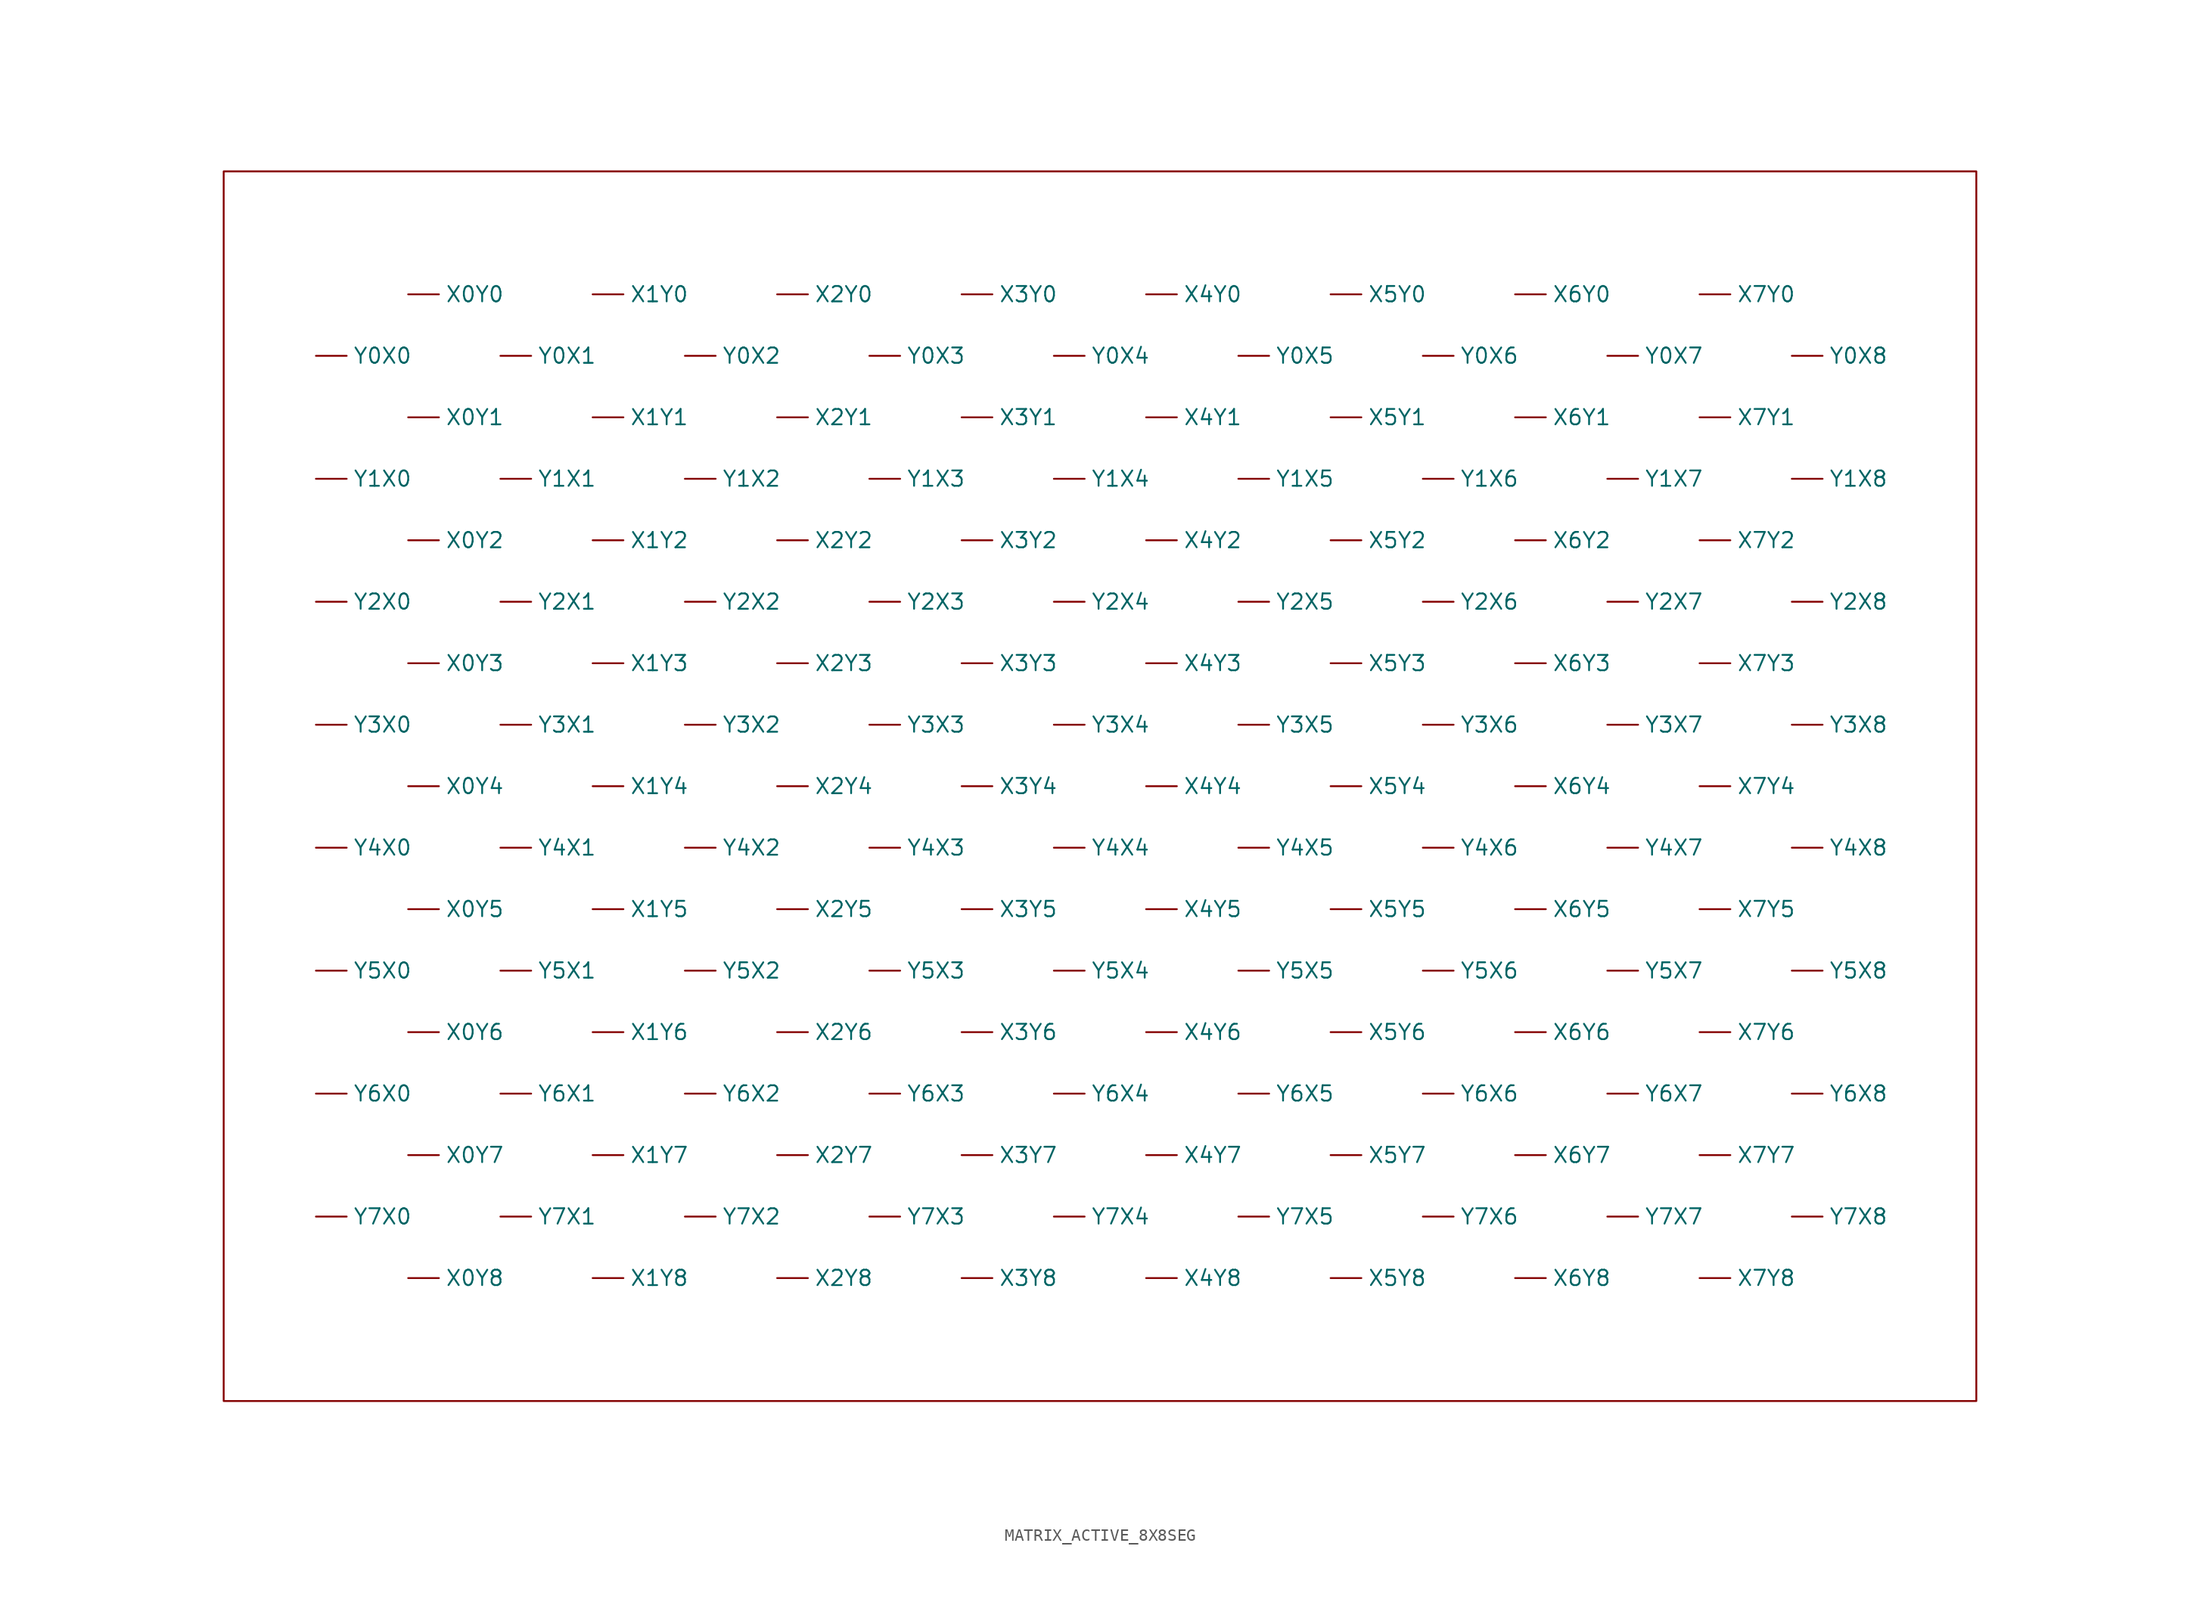
<source format=kicad_sym>
(kicad_symbol_lib
  (version 20220914)
  (generator kicad_symbol_editor)
  (symbol "MATRIX_ACTIVE_8X8SEG"
    (property "Reference" "CT"
      (at 53.34 48.26 0)
      (effects (font (size 1.27 1.27) bold) (justify left bottom) hide))
    (property "Value" ""
      (at -22.86 48.26 0)
      (effects (font (size 1.27 1.27) bold) (justify left bottom)))
    (symbol "MATRIX_ACTIVE_8X8SEG_0_1"
      (rectangle (start -66.04 50.8) (end 78.74 -50.8) (stroke (width 0) (type default)) (fill (type none))))
    (symbol "MATRIX_ACTIVE_8X8SEG_1_0"
      (pin passive line (at -50.8 40.64 0) (length 2.54) (name "X0Y0" (effects (font (size 1.27 1.27)))) (number "X0Y0" (effects (font (size 0 0)))))
      (pin passive line (at -50.8 30.48 0) (length 2.54) (name "X0Y1" (effects (font (size 1.27 1.27)))) (number "X0Y1" (effects (font (size 0 0)))))
      (pin passive line (at -50.8 20.32 0) (length 2.54) (name "X0Y2" (effects (font (size 1.27 1.27)))) (number "X0Y2" (effects (font (size 0 0)))))
      (pin passive line (at -50.8 10.16 0) (length 2.54) (name "X0Y3" (effects (font (size 1.27 1.27)))) (number "X0Y3" (effects (font (size 0 0)))))
      (pin passive line (at -50.8 0 0) (length 2.54) (name "X0Y4" (effects (font (size 1.27 1.27)))) (number "X0Y4" (effects (font (size 0 0)))))
      (pin passive line (at -50.8 -10.16 0) (length 2.54) (name "X0Y5" (effects (font (size 1.27 1.27)))) (number "X0Y5" (effects (font (size 0 0)))))
      (pin passive line (at -50.8 -20.32 0) (length 2.54) (name "X0Y6" (effects (font (size 1.27 1.27)))) (number "X0Y6" (effects (font (size 0 0)))))
      (pin passive line (at -50.8 -30.48 0) (length 2.54) (name "X0Y7" (effects (font (size 1.27 1.27)))) (number "X0Y7" (effects (font (size 0 0)))))
      (pin passive line (at -50.8 -40.64 0) (length 2.54) (name "X0Y8" (effects (font (size 1.27 1.27)))) (number "X0Y8" (effects (font (size 0 0)))))
      (pin passive line (at -35.56 40.64 0) (length 2.54) (name "X1Y0" (effects (font (size 1.27 1.27)))) (number "X1Y0" (effects (font (size 0 0)))))
      (pin passive line (at -35.56 30.48 0) (length 2.54) (name "X1Y1" (effects (font (size 1.27 1.27)))) (number "X1Y1" (effects (font (size 0 0)))))
      (pin passive line (at -35.56 20.32 0) (length 2.54) (name "X1Y2" (effects (font (size 1.27 1.27)))) (number "X1Y2" (effects (font (size 0 0)))))
      (pin passive line (at -35.56 10.16 0) (length 2.54) (name "X1Y3" (effects (font (size 1.27 1.27)))) (number "X1Y3" (effects (font (size 0 0)))))
      (pin passive line (at -35.56 0 0) (length 2.54) (name "X1Y4" (effects (font (size 1.27 1.27)))) (number "X1Y4" (effects (font (size 0 0)))))
      (pin passive line (at -35.56 -10.16 0) (length 2.54) (name "X1Y5" (effects (font (size 1.27 1.27)))) (number "X1Y5" (effects (font (size 0 0)))))
      (pin passive line (at -35.56 -20.32 0) (length 2.54) (name "X1Y6" (effects (font (size 1.27 1.27)))) (number "X1Y6" (effects (font (size 0 0)))))
      (pin passive line (at -35.56 -30.48 0) (length 2.54) (name "X1Y7" (effects (font (size 1.27 1.27)))) (number "X1Y7" (effects (font (size 0 0)))))
      (pin passive line (at -35.56 -40.64 0) (length 2.54) (name "X1Y8" (effects (font (size 1.27 1.27)))) (number "X1Y8" (effects (font (size 0 0)))))
      (pin passive line (at -20.32 40.64 0) (length 2.54) (name "X2Y0" (effects (font (size 1.27 1.27)))) (number "X2Y0" (effects (font (size 0 0)))))
      (pin passive line (at -20.32 30.48 0) (length 2.54) (name "X2Y1" (effects (font (size 1.27 1.27)))) (number "X2Y1" (effects (font (size 0 0)))))
      (pin passive line (at -20.32 20.32 0) (length 2.54) (name "X2Y2" (effects (font (size 1.27 1.27)))) (number "X2Y2" (effects (font (size 0 0)))))
      (pin passive line (at -20.32 10.16 0) (length 2.54) (name "X2Y3" (effects (font (size 1.27 1.27)))) (number "X2Y3" (effects (font (size 0 0)))))
      (pin passive line (at -20.32 0 0) (length 2.54) (name "X2Y4" (effects (font (size 1.27 1.27)))) (number "X2Y4" (effects (font (size 0 0)))))
      (pin passive line (at -20.32 -10.16 0) (length 2.54) (name "X2Y5" (effects (font (size 1.27 1.27)))) (number "X2Y5" (effects (font (size 0 0)))))
      (pin passive line (at -20.32 -20.32 0) (length 2.54) (name "X2Y6" (effects (font (size 1.27 1.27)))) (number "X2Y6" (effects (font (size 0 0)))))
      (pin passive line (at -20.32 -30.48 0) (length 2.54) (name "X2Y7" (effects (font (size 1.27 1.27)))) (number "X2Y7" (effects (font (size 0 0)))))
      (pin passive line (at -20.32 -40.64 0) (length 2.54) (name "X2Y8" (effects (font (size 1.27 1.27)))) (number "X2Y8" (effects (font (size 0 0)))))
      (pin passive line (at -5.08 40.64 0) (length 2.54) (name "X3Y0" (effects (font (size 1.27 1.27)))) (number "X3Y0" (effects (font (size 0 0)))))
      (pin passive line (at -5.08 30.48 0) (length 2.54) (name "X3Y1" (effects (font (size 1.27 1.27)))) (number "X3Y1" (effects (font (size 0 0)))))
      (pin passive line (at -5.08 20.32 0) (length 2.54) (name "X3Y2" (effects (font (size 1.27 1.27)))) (number "X3Y2" (effects (font (size 0 0)))))
      (pin passive line (at -5.08 10.16 0) (length 2.54) (name "X3Y3" (effects (font (size 1.27 1.27)))) (number "X3Y3" (effects (font (size 0 0)))))
      (pin passive line (at -5.08 0 0) (length 2.54) (name "X3Y4" (effects (font (size 1.27 1.27)))) (number "X3Y4" (effects (font (size 0 0)))))
      (pin passive line (at -5.08 -10.16 0) (length 2.54) (name "X3Y5" (effects (font (size 1.27 1.27)))) (number "X3Y5" (effects (font (size 0 0)))))
      (pin passive line (at -5.08 -20.32 0) (length 2.54) (name "X3Y6" (effects (font (size 1.27 1.27)))) (number "X3Y6" (effects (font (size 0 0)))))
      (pin passive line (at -5.08 -30.48 0) (length 2.54) (name "X3Y7" (effects (font (size 1.27 1.27)))) (number "X3Y7" (effects (font (size 0 0)))))
      (pin passive line (at -5.08 -40.64 0) (length 2.54) (name "X3Y8" (effects (font (size 1.27 1.27)))) (number "X3Y8" (effects (font (size 0 0)))))
      (pin passive line (at 10.16 40.64 0) (length 2.54) (name "X4Y0" (effects (font (size 1.27 1.27)))) (number "X4Y0" (effects (font (size 0 0)))))
      (pin passive line (at 10.16 30.48 0) (length 2.54) (name "X4Y1" (effects (font (size 1.27 1.27)))) (number "X4Y1" (effects (font (size 0 0)))))
      (pin passive line (at 10.16 20.32 0) (length 2.54) (name "X4Y2" (effects (font (size 1.27 1.27)))) (number "X4Y2" (effects (font (size 0 0)))))
      (pin passive line (at 10.16 10.16 0) (length 2.54) (name "X4Y3" (effects (font (size 1.27 1.27)))) (number "X4Y3" (effects (font (size 0 0)))))
      (pin passive line (at 10.16 0 0) (length 2.54) (name "X4Y4" (effects (font (size 1.27 1.27)))) (number "X4Y4" (effects (font (size 0 0)))))
      (pin passive line (at 10.16 -10.16 0) (length 2.54) (name "X4Y5" (effects (font (size 1.27 1.27)))) (number "X4Y5" (effects (font (size 0 0)))))
      (pin passive line (at 10.16 -20.32 0) (length 2.54) (name "X4Y6" (effects (font (size 1.27 1.27)))) (number "X4Y6" (effects (font (size 0 0)))))
      (pin passive line (at 10.16 -30.48 0) (length 2.54) (name "X4Y7" (effects (font (size 1.27 1.27)))) (number "X4Y7" (effects (font (size 0 0)))))
      (pin passive line (at 10.16 -40.64 0) (length 2.54) (name "X4Y8" (effects (font (size 1.27 1.27)))) (number "X4Y8" (effects (font (size 0 0)))))
      (pin passive line (at 25.4 40.64 0) (length 2.54) (name "X5Y0" (effects (font (size 1.27 1.27)))) (number "X5Y0" (effects (font (size 0 0)))))
      (pin passive line (at 25.4 30.48 0) (length 2.54) (name "X5Y1" (effects (font (size 1.27 1.27)))) (number "X5Y1" (effects (font (size 0 0)))))
      (pin passive line (at 25.4 20.32 0) (length 2.54) (name "X5Y2" (effects (font (size 1.27 1.27)))) (number "X5Y2" (effects (font (size 0 0)))))
      (pin passive line (at 25.4 10.16 0) (length 2.54) (name "X5Y3" (effects (font (size 1.27 1.27)))) (number "X5Y3" (effects (font (size 0 0)))))
      (pin passive line (at 25.4 0 0) (length 2.54) (name "X5Y4" (effects (font (size 1.27 1.27)))) (number "X5Y4" (effects (font (size 0 0)))))
      (pin passive line (at 25.4 -10.16 0) (length 2.54) (name "X5Y5" (effects (font (size 1.27 1.27)))) (number "X5Y5" (effects (font (size 0 0)))))
      (pin passive line (at 25.4 -20.32 0) (length 2.54) (name "X5Y6" (effects (font (size 1.27 1.27)))) (number "X5Y6" (effects (font (size 0 0)))))
      (pin passive line (at 25.4 -30.48 0) (length 2.54) (name "X5Y7" (effects (font (size 1.27 1.27)))) (number "X5Y7" (effects (font (size 0 0)))))
      (pin passive line (at 25.4 -40.64 0) (length 2.54) (name "X5Y8" (effects (font (size 1.27 1.27)))) (number "X5Y8" (effects (font (size 0 0)))))
      (pin passive line (at 40.64 40.64 0) (length 2.54) (name "X6Y0" (effects (font (size 1.27 1.27)))) (number "X6Y0" (effects (font (size 0 0)))))
      (pin passive line (at 40.64 30.48 0) (length 2.54) (name "X6Y1" (effects (font (size 1.27 1.27)))) (number "X6Y1" (effects (font (size 0 0)))))
      (pin passive line (at 40.64 20.32 0) (length 2.54) (name "X6Y2" (effects (font (size 1.27 1.27)))) (number "X6Y2" (effects (font (size 0 0)))))
      (pin passive line (at 40.64 10.16 0) (length 2.54) (name "X6Y3" (effects (font (size 1.27 1.27)))) (number "X6Y3" (effects (font (size 0 0)))))
      (pin passive line (at 40.64 0 0) (length 2.54) (name "X6Y4" (effects (font (size 1.27 1.27)))) (number "X6Y4" (effects (font (size 0 0)))))
      (pin passive line (at 40.64 -10.16 0) (length 2.54) (name "X6Y5" (effects (font (size 1.27 1.27)))) (number "X6Y5" (effects (font (size 0 0)))))
      (pin passive line (at 40.64 -20.32 0) (length 2.54) (name "X6Y6" (effects (font (size 1.27 1.27)))) (number "X6Y6" (effects (font (size 0 0)))))
      (pin passive line (at 40.64 -30.48 0) (length 2.54) (name "X6Y7" (effects (font (size 1.27 1.27)))) (number "X6Y7" (effects (font (size 0 0)))))
      (pin passive line (at 40.64 -40.64 0) (length 2.54) (name "X6Y8" (effects (font (size 1.27 1.27)))) (number "X6Y8" (effects (font (size 0 0)))))
      (pin passive line (at 55.88 40.64 0) (length 2.54) (name "X7Y0" (effects (font (size 1.27 1.27)))) (number "X7Y0" (effects (font (size 0 0)))))
      (pin passive line (at 55.88 30.48 0) (length 2.54) (name "X7Y1" (effects (font (size 1.27 1.27)))) (number "X7Y1" (effects (font (size 0 0)))))
      (pin passive line (at 55.88 20.32 0) (length 2.54) (name "X7Y2" (effects (font (size 1.27 1.27)))) (number "X7Y2" (effects (font (size 0 0)))))
      (pin passive line (at 55.88 10.16 0) (length 2.54) (name "X7Y3" (effects (font (size 1.27 1.27)))) (number "X7Y3" (effects (font (size 0 0)))))
      (pin passive line (at 55.88 0 0) (length 2.54) (name "X7Y4" (effects (font (size 1.27 1.27)))) (number "X7Y4" (effects (font (size 0 0)))))
      (pin passive line (at 55.88 -10.16 0) (length 2.54) (name "X7Y5" (effects (font (size 1.27 1.27)))) (number "X7Y5" (effects (font (size 0 0)))))
      (pin passive line (at 55.88 -20.32 0) (length 2.54) (name "X7Y6" (effects (font (size 1.27 1.27)))) (number "X7Y6" (effects (font (size 0 0)))))
      (pin passive line (at 55.88 -30.48 0) (length 2.54) (name "X7Y7" (effects (font (size 1.27 1.27)))) (number "X7Y7" (effects (font (size 0 0)))))
      (pin passive line (at 55.88 -40.64 0) (length 2.54) (name "X7Y8" (effects (font (size 1.27 1.27)))) (number "X7Y8" (effects (font (size 0 0)))))
      (pin passive line (at -58.42 35.56 0) (length 2.54) (name "Y0X0" (effects (font (size 1.27 1.27)))) (number "Y0X0" (effects (font (size 0 0)))))
      (pin passive line (at -43.18 35.56 0) (length 2.54) (name "Y0X1" (effects (font (size 1.27 1.27)))) (number "Y0X1" (effects (font (size 0 0)))))
      (pin passive line (at -27.94 35.56 0) (length 2.54) (name "Y0X2" (effects (font (size 1.27 1.27)))) (number "Y0X2" (effects (font (size 0 0)))))
      (pin passive line (at -12.7 35.56 0) (length 2.54) (name "Y0X3" (effects (font (size 1.27 1.27)))) (number "Y0X3" (effects (font (size 0 0)))))
      (pin passive line (at 2.54 35.56 0) (length 2.54) (name "Y0X4" (effects (font (size 1.27 1.27)))) (number "Y0X4" (effects (font (size 0 0)))))
      (pin passive line (at 17.78 35.56 0) (length 2.54) (name "Y0X5" (effects (font (size 1.27 1.27)))) (number "Y0X5" (effects (font (size 0 0)))))
      (pin passive line (at 33.02 35.56 0) (length 2.54) (name "Y0X6" (effects (font (size 1.27 1.27)))) (number "Y0X6" (effects (font (size 0 0)))))
      (pin passive line (at 48.26 35.56 0) (length 2.54) (name "Y0X7" (effects (font (size 1.27 1.27)))) (number "Y0X7" (effects (font (size 0 0)))))
      (pin passive line (at 63.5 35.56 0) (length 2.54) (name "Y0X8" (effects (font (size 1.27 1.27)))) (number "Y0X8" (effects (font (size 0 0)))))
      (pin passive line (at -58.42 25.4 0) (length 2.54) (name "Y1X0" (effects (font (size 1.27 1.27)))) (number "Y1X0" (effects (font (size 0 0)))))
      (pin passive line (at -43.18 25.4 0) (length 2.54) (name "Y1X1" (effects (font (size 1.27 1.27)))) (number "Y1X1" (effects (font (size 0 0)))))
      (pin passive line (at -27.94 25.4 0) (length 2.54) (name "Y1X2" (effects (font (size 1.27 1.27)))) (number "Y1X2" (effects (font (size 0 0)))))
      (pin passive line (at -12.7 25.4 0) (length 2.54) (name "Y1X3" (effects (font (size 1.27 1.27)))) (number "Y1X3" (effects (font (size 0 0)))))
      (pin passive line (at 2.54 25.4 0) (length 2.54) (name "Y1X4" (effects (font (size 1.27 1.27)))) (number "Y1X4" (effects (font (size 0 0)))))
      (pin passive line (at 17.78 25.4 0) (length 2.54) (name "Y1X5" (effects (font (size 1.27 1.27)))) (number "Y1X5" (effects (font (size 0 0)))))
      (pin passive line (at 33.02 25.4 0) (length 2.54) (name "Y1X6" (effects (font (size 1.27 1.27)))) (number "Y1X6" (effects (font (size 0 0)))))
      (pin passive line (at 48.26 25.4 0) (length 2.54) (name "Y1X7" (effects (font (size 1.27 1.27)))) (number "Y1X7" (effects (font (size 0 0)))))
      (pin passive line (at 63.5 25.4 0) (length 2.54) (name "Y1X8" (effects (font (size 1.27 1.27)))) (number "Y1X8" (effects (font (size 0 0)))))
      (pin passive line (at -58.42 15.24 0) (length 2.54) (name "Y2X0" (effects (font (size 1.27 1.27)))) (number "Y2X0" (effects (font (size 0 0)))))
      (pin passive line (at -43.18 15.24 0) (length 2.54) (name "Y2X1" (effects (font (size 1.27 1.27)))) (number "Y2X1" (effects (font (size 0 0)))))
      (pin passive line (at -27.94 15.24 0) (length 2.54) (name "Y2X2" (effects (font (size 1.27 1.27)))) (number "Y2X2" (effects (font (size 0 0)))))
      (pin passive line (at -12.7 15.24 0) (length 2.54) (name "Y2X3" (effects (font (size 1.27 1.27)))) (number "Y2X3" (effects (font (size 0 0)))))
      (pin passive line (at 2.54 15.24 0) (length 2.54) (name "Y2X4" (effects (font (size 1.27 1.27)))) (number "Y2X4" (effects (font (size 0 0)))))
      (pin passive line (at 17.78 15.24 0) (length 2.54) (name "Y2X5" (effects (font (size 1.27 1.27)))) (number "Y2X5" (effects (font (size 0 0)))))
      (pin passive line (at 33.02 15.24 0) (length 2.54) (name "Y2X6" (effects (font (size 1.27 1.27)))) (number "Y2X6" (effects (font (size 0 0)))))
      (pin passive line (at 48.26 15.24 0) (length 2.54) (name "Y2X7" (effects (font (size 1.27 1.27)))) (number "Y2X7" (effects (font (size 0 0)))))
      (pin passive line (at 63.5 15.24 0) (length 2.54) (name "Y2X8" (effects (font (size 1.27 1.27)))) (number "Y2X8" (effects (font (size 0 0)))))
      (pin passive line (at -58.42 5.08 0) (length 2.54) (name "Y3X0" (effects (font (size 1.27 1.27)))) (number "Y3X0" (effects (font (size 0 0)))))
      (pin passive line (at -43.18 5.08 0) (length 2.54) (name "Y3X1" (effects (font (size 1.27 1.27)))) (number "Y3X1" (effects (font (size 0 0)))))
      (pin passive line (at -27.94 5.08 0) (length 2.54) (name "Y3X2" (effects (font (size 1.27 1.27)))) (number "Y3X2" (effects (font (size 0 0)))))
      (pin passive line (at -12.7 5.08 0) (length 2.54) (name "Y3X3" (effects (font (size 1.27 1.27)))) (number "Y3X3" (effects (font (size 0 0)))))
      (pin passive line (at 2.54 5.08 0) (length 2.54) (name "Y3X4" (effects (font (size 1.27 1.27)))) (number "Y3X4" (effects (font (size 0 0)))))
      (pin passive line (at 17.78 5.08 0) (length 2.54) (name "Y3X5" (effects (font (size 1.27 1.27)))) (number "Y3X5" (effects (font (size 0 0)))))
      (pin passive line (at 33.02 5.08 0) (length 2.54) (name "Y3X6" (effects (font (size 1.27 1.27)))) (number "Y3X6" (effects (font (size 0 0)))))
      (pin passive line (at 48.26 5.08 0) (length 2.54) (name "Y3X7" (effects (font (size 1.27 1.27)))) (number "Y3X7" (effects (font (size 0 0)))))
      (pin passive line (at 63.5 5.08 0) (length 2.54) (name "Y3X8" (effects (font (size 1.27 1.27)))) (number "Y3X8" (effects (font (size 0 0)))))
      (pin passive line (at -58.42 -5.08 0) (length 2.54) (name "Y4X0" (effects (font (size 1.27 1.27)))) (number "Y4X0" (effects (font (size 0 0)))))
      (pin passive line (at -43.18 -5.08 0) (length 2.54) (name "Y4X1" (effects (font (size 1.27 1.27)))) (number "Y4X1" (effects (font (size 0 0)))))
      (pin passive line (at -27.94 -5.08 0) (length 2.54) (name "Y4X2" (effects (font (size 1.27 1.27)))) (number "Y4X2" (effects (font (size 0 0)))))
      (pin passive line (at -12.7 -5.08 0) (length 2.54) (name "Y4X3" (effects (font (size 1.27 1.27)))) (number "Y4X3" (effects (font (size 0 0)))))
      (pin passive line (at 2.54 -5.08 0) (length 2.54) (name "Y4X4" (effects (font (size 1.27 1.27)))) (number "Y4X4" (effects (font (size 0 0)))))
      (pin passive line (at 17.78 -5.08 0) (length 2.54) (name "Y4X5" (effects (font (size 1.27 1.27)))) (number "Y4X5" (effects (font (size 0 0)))))
      (pin passive line (at 33.02 -5.08 0) (length 2.54) (name "Y4X6" (effects (font (size 1.27 1.27)))) (number "Y4X6" (effects (font (size 0 0)))))
      (pin passive line (at 48.26 -5.08 0) (length 2.54) (name "Y4X7" (effects (font (size 1.27 1.27)))) (number "Y4X7" (effects (font (size 0 0)))))
      (pin passive line (at 63.5 -5.08 0) (length 2.54) (name "Y4X8" (effects (font (size 1.27 1.27)))) (number "Y4X8" (effects (font (size 0 0)))))
      (pin passive line (at -58.42 -15.24 0) (length 2.54) (name "Y5X0" (effects (font (size 1.27 1.27)))) (number "Y5X0" (effects (font (size 0 0)))))
      (pin passive line (at -43.18 -15.24 0) (length 2.54) (name "Y5X1" (effects (font (size 1.27 1.27)))) (number "Y5X1" (effects (font (size 0 0)))))
      (pin passive line (at -27.94 -15.24 0) (length 2.54) (name "Y5X2" (effects (font (size 1.27 1.27)))) (number "Y5X2" (effects (font (size 0 0)))))
      (pin passive line (at -12.7 -15.24 0) (length 2.54) (name "Y5X3" (effects (font (size 1.27 1.27)))) (number "Y5X3" (effects (font (size 0 0)))))
      (pin passive line (at 2.54 -15.24 0) (length 2.54) (name "Y5X4" (effects (font (size 1.27 1.27)))) (number "Y5X4" (effects (font (size 0 0)))))
      (pin passive line (at 17.78 -15.24 0) (length 2.54) (name "Y5X5" (effects (font (size 1.27 1.27)))) (number "Y5X5" (effects (font (size 0 0)))))
      (pin passive line (at 33.02 -15.24 0) (length 2.54) (name "Y5X6" (effects (font (size 1.27 1.27)))) (number "Y5X6" (effects (font (size 0 0)))))
      (pin passive line (at 48.26 -15.24 0) (length 2.54) (name "Y5X7" (effects (font (size 1.27 1.27)))) (number "Y5X7" (effects (font (size 0 0)))))
      (pin passive line (at 63.5 -15.24 0) (length 2.54) (name "Y5X8" (effects (font (size 1.27 1.27)))) (number "Y5X8" (effects (font (size 0 0)))))
      (pin passive line (at -58.42 -25.4 0) (length 2.54) (name "Y6X0" (effects (font (size 1.27 1.27)))) (number "Y6X0" (effects (font (size 0 0)))))
      (pin passive line (at -43.18 -25.4 0) (length 2.54) (name "Y6X1" (effects (font (size 1.27 1.27)))) (number "Y6X1" (effects (font (size 0 0)))))
      (pin passive line (at -27.94 -25.4 0) (length 2.54) (name "Y6X2" (effects (font (size 1.27 1.27)))) (number "Y6X2" (effects (font (size 0 0)))))
      (pin passive line (at -12.7 -25.4 0) (length 2.54) (name "Y6X3" (effects (font (size 1.27 1.27)))) (number "Y6X3" (effects (font (size 0 0)))))
      (pin passive line (at 2.54 -25.4 0) (length 2.54) (name "Y6X4" (effects (font (size 1.27 1.27)))) (number "Y6X4" (effects (font (size 0 0)))))
      (pin passive line (at 17.78 -25.4 0) (length 2.54) (name "Y6X5" (effects (font (size 1.27 1.27)))) (number "Y6X5" (effects (font (size 0 0)))))
      (pin passive line (at 33.02 -25.4 0) (length 2.54) (name "Y6X6" (effects (font (size 1.27 1.27)))) (number "Y6X6" (effects (font (size 0 0)))))
      (pin passive line (at 48.26 -25.4 0) (length 2.54) (name "Y6X7" (effects (font (size 1.27 1.27)))) (number "Y6X7" (effects (font (size 0 0)))))
      (pin passive line (at 63.5 -25.4 0) (length 2.54) (name "Y6X8" (effects (font (size 1.27 1.27)))) (number "Y6X8" (effects (font (size 0 0)))))
      (pin passive line (at -58.42 -35.56 0) (length 2.54) (name "Y7X0" (effects (font (size 1.27 1.27)))) (number "Y7X0" (effects (font (size 0 0)))))
      (pin passive line (at -43.18 -35.56 0) (length 2.54) (name "Y7X1" (effects (font (size 1.27 1.27)))) (number "Y7X1" (effects (font (size 0 0)))))
      (pin passive line (at -27.94 -35.56 0) (length 2.54) (name "Y7X2" (effects (font (size 1.27 1.27)))) (number "Y7X2" (effects (font (size 0 0)))))
      (pin passive line (at -12.7 -35.56 0) (length 2.54) (name "Y7X3" (effects (font (size 1.27 1.27)))) (number "Y7X3" (effects (font (size 0 0)))))
      (pin passive line (at 2.54 -35.56 0) (length 2.54) (name "Y7X4" (effects (font (size 1.27 1.27)))) (number "Y7X4" (effects (font (size 0 0)))))
      (pin passive line (at 17.78 -35.56 0) (length 2.54) (name "Y7X5" (effects (font (size 1.27 1.27)))) (number "Y7X5" (effects (font (size 0 0)))))
      (pin passive line (at 33.02 -35.56 0) (length 2.54) (name "Y7X6" (effects (font (size 1.27 1.27)))) (number "Y7X6" (effects (font (size 0 0)))))
      (pin passive line (at 48.26 -35.56 0) (length 2.54) (name "Y7X7" (effects (font (size 1.27 1.27)))) (number "Y7X7" (effects (font (size 0 0)))))
      (pin passive line (at 63.5 -35.56 0) (length 2.54) (name "Y7X8" (effects (font (size 1.27 1.27)))) (number "Y7X8" (effects (font (size 0 0))))))))
</source>
